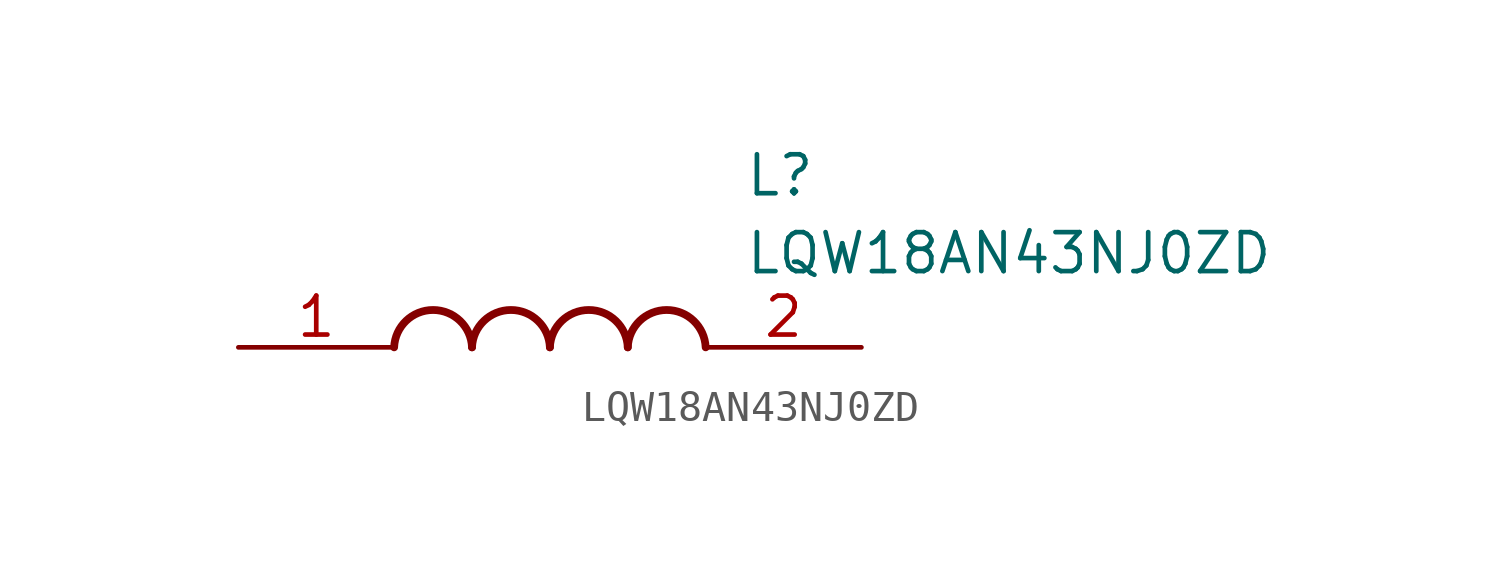
<source format=kicad_sym>
(kicad_symbol_lib
  (version 20211014)
  (generator SamacSys_ECAD_Model)
  (symbol "LQW18AN43NJ0ZD"
    (pin_names hide)
    (property "Reference" "L"
      (at 16.51 6.35 0)
      (effects (font (size 1.27 1.27)) (justify left top)))
    (property "Value" "LQW18AN43NJ0ZD"
      (at 16.51 3.81 0)
      (effects (font (size 1.27 1.27)) (justify left top)))
    (arc
      (start 7.62 0)
      (mid 6.35 1.219)
      (end 5.08 0)
      (stroke (width 0.254) (type default))
      (fill (type none)))
    (arc
      (start 10.16 0)
      (mid 8.89 1.219)
      (end 7.62 0)
      (stroke (width 0.254) (type default))
      (fill (type none)))
    (arc
      (start 12.7 0)
      (mid 11.43 1.219)
      (end 10.16 0)
      (stroke (width 0.254) (type default))
      (fill (type none)))
    (arc
      (start 15.24 0)
      (mid 13.97 1.219)
      (end 12.7 0)
      (stroke (width 0.254) (type default))
      (fill (type none)))
    (pin passive line
      (at 0 0 0)
      (length 5.08)
      (name "1" (effects (font (size 1.27 1.27))))
      (number "1" (effects (font (size 1.27 1.27)))))
    (pin passive line
      (at 20.32 0 180)
      (length 5.08)
      (name "2" (effects (font (size 1.27 1.27))))
      (number "2" (effects (font (size 1.27 1.27)))))))
</source>
